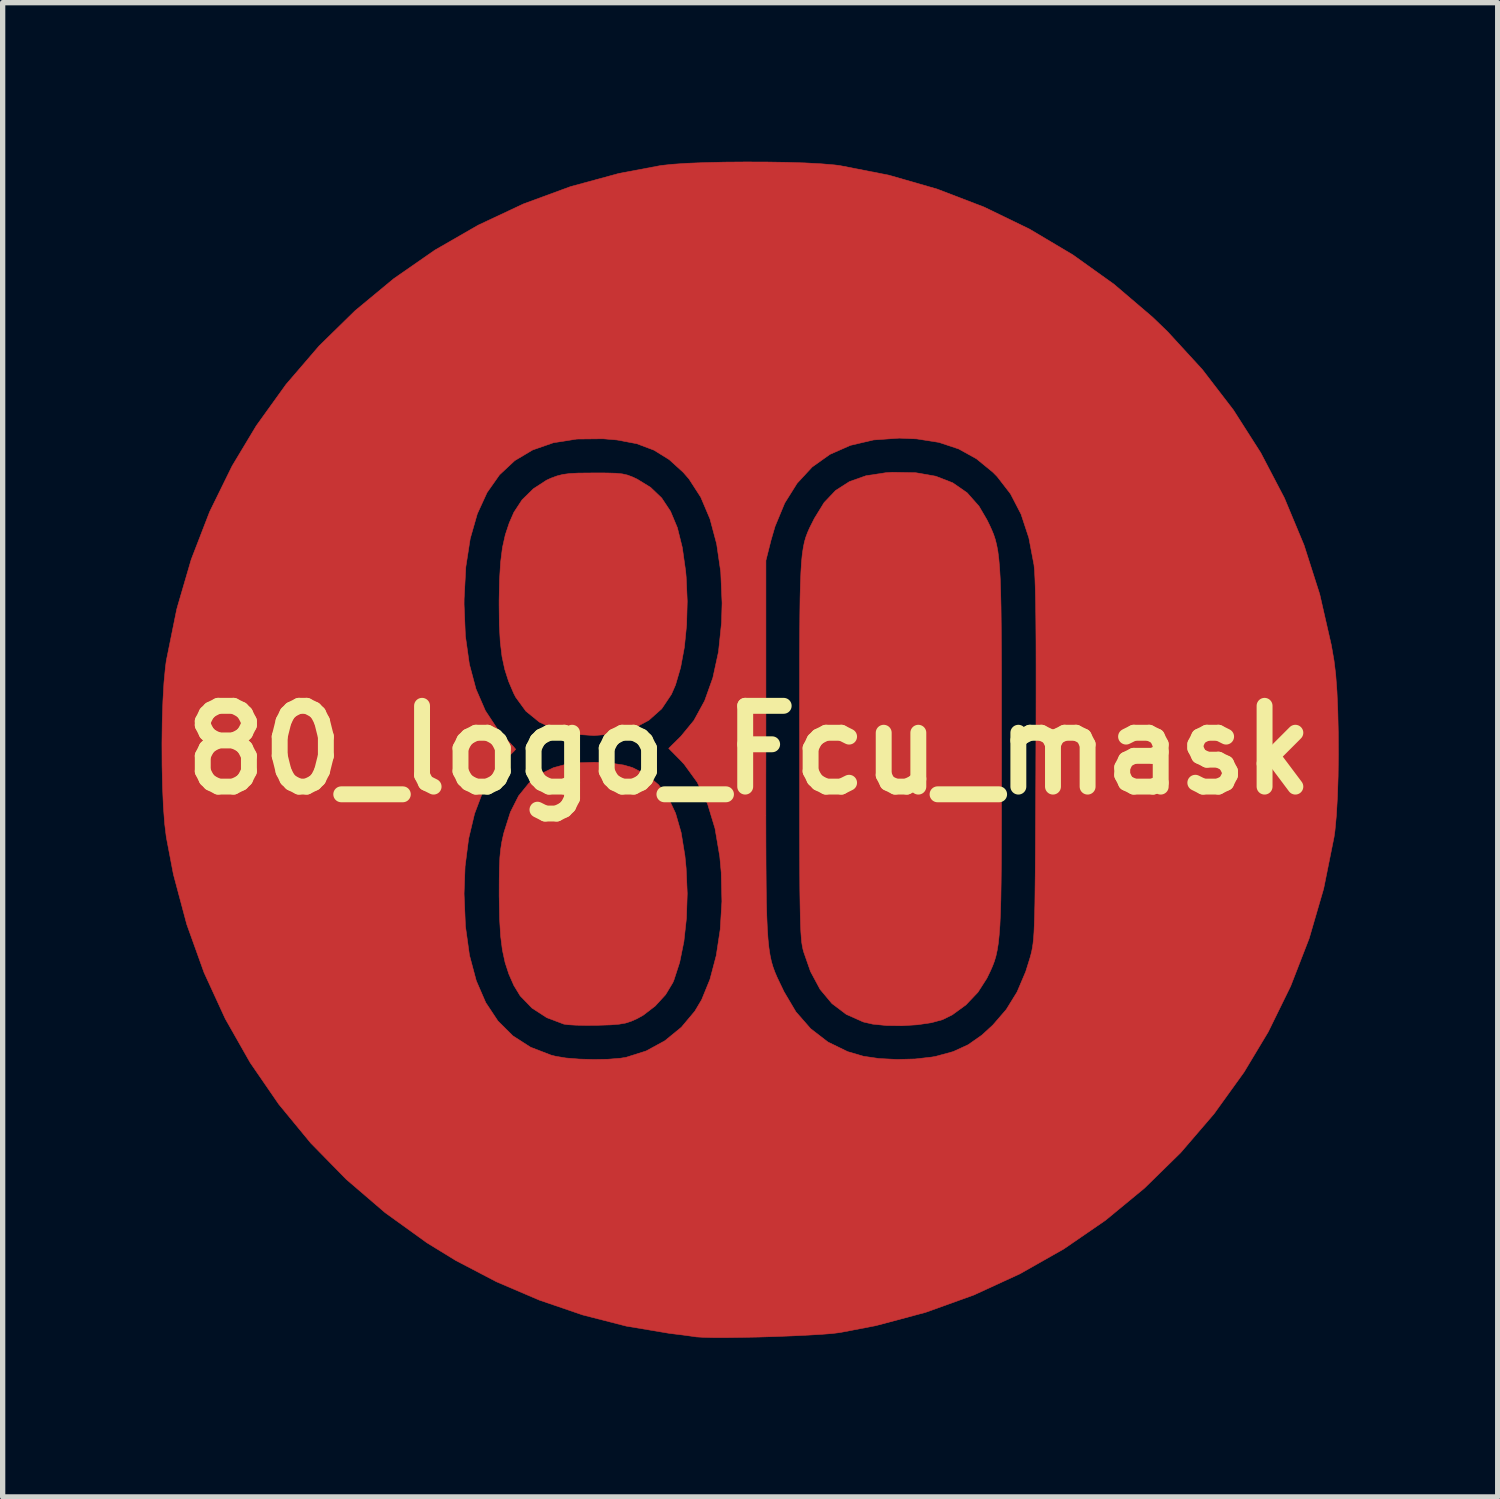
<source format=kicad_pcb>
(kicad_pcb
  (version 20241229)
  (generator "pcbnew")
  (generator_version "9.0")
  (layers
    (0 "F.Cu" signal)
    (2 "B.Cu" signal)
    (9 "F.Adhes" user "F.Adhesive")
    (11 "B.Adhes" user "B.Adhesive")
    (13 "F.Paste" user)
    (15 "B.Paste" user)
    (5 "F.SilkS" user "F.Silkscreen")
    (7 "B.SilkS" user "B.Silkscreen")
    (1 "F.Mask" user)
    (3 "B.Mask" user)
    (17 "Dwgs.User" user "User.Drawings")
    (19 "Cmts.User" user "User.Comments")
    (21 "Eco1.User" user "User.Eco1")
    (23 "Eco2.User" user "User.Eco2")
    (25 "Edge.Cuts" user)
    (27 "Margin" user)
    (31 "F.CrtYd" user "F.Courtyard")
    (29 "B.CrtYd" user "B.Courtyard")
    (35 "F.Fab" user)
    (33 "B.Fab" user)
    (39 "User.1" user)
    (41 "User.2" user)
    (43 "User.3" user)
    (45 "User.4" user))
  (footprint "80_logo_Fcu_mask"
    (layer "F.Cu")
    (at 11.08 11.099)
    (property "Reference" "80_logo_Fcu_mask" (at 0 0 0) (layer "F.SilkS") (effects (font (size 1.524 1.524) (thickness 0.3))))
    (attr through_hole)
    (fp_poly (pts (xy -2.686 -5.227) (xy -2.517 -5.222) (xy -2.393 -5.21) (xy -2.295 -5.188) (xy -2.204 -5.154) (xy -2.111 -5.111) (xy -1.857 -4.955) (xy -1.648 -4.755) (xy -1.481 -4.503) (xy -1.352 -4.194) (xy -1.259 -3.82) (xy -1.196 -3.374) (xy -1.186 -3.26) (xy -1.166 -2.808) (xy -1.178 -2.363) (xy -1.22 -1.94) (xy -1.291 -1.557) (xy -1.387 -1.229) (xy -1.464 -1.052) (xy -1.648 -0.778) (xy -1.892 -0.561) (xy -2.189 -0.403) (xy -2.535 -0.306) (xy -2.924 -0.274) (xy -3.293 -0.299) (xy -3.65 -0.382) (xy -3.957 -0.528) (xy -4.21 -0.734) (xy -4.402 -0.997) (xy -4.441 -1.073) (xy -4.536 -1.296) (xy -4.608 -1.521) (xy -4.66 -1.763) (xy -4.693 -2.038) (xy -4.711 -2.363) (xy -4.715 -2.753) (xy -4.715 -2.815) (xy -4.707 -3.212) (xy -4.687 -3.541) (xy -4.652 -3.819) (xy -4.598 -4.061) (xy -4.524 -4.284) (xy -4.436 -4.485) (xy -4.282 -4.72) (xy -4.068 -4.93) (xy -3.82 -5.091) (xy -3.735 -5.13) (xy -3.623 -5.171) (xy -3.514 -5.199) (xy -3.387 -5.216) (xy -3.222 -5.225) (xy -2.998 -5.227) (xy -2.921 -5.228) (xy -2.686 -5.227)) (stroke (width 0.01) (type solid)) (fill yes) (layer "F.Cu"))
    (fp_poly (pts (xy -2.626 0.244) (xy -2.367 0.282) (xy -2.198 0.331) (xy -1.93 0.468) (xy -1.707 0.654) (xy -1.527 0.893) (xy -1.386 1.192) (xy -1.281 1.557) (xy -1.21 1.993) (xy -1.187 2.229) (xy -1.166 2.704) (xy -1.181 3.17) (xy -1.229 3.61) (xy -1.309 4.006) (xy -1.418 4.341) (xy -1.437 4.386) (xy -1.574 4.614) (xy -1.77 4.828) (xy -1.998 5.003) (xy -2.111 5.066) (xy -2.224 5.116) (xy -2.33 5.15) (xy -2.451 5.171) (xy -2.61 5.184) (xy -2.829 5.191) (xy -2.857 5.192) (xy -3.069 5.194) (xy -3.261 5.19) (xy -3.411 5.181) (xy -3.493 5.17) (xy -3.816 5.048) (xy -4.095 4.867) (xy -4.317 4.637) (xy -4.437 4.44) (xy -4.531 4.226) (xy -4.602 4.008) (xy -4.653 3.772) (xy -4.687 3.502) (xy -4.706 3.18) (xy -4.713 2.792) (xy -4.714 2.752) (xy -4.713 2.449) (xy -4.709 2.213) (xy -4.701 2.028) (xy -4.686 1.874) (xy -4.664 1.734) (xy -4.633 1.592) (xy -4.622 1.55) (xy -4.502 1.171) (xy -4.347 0.864) (xy -4.151 0.622) (xy -3.908 0.438) (xy -3.689 0.332) (xy -3.475 0.274) (xy -3.208 0.24) (xy -2.916 0.23) (xy -2.626 0.244)) (stroke (width 0.01) (type solid)) (fill yes) (layer "F.Cu"))
    (fp_poly (pts (xy 3.143 -5.232) (xy 3.521 -5.166) (xy 3.843 -5.041) (xy 4.114 -4.853) (xy 4.337 -4.601) (xy 4.487 -4.345) (xy 4.535 -4.248) (xy 4.576 -4.158) (xy 4.613 -4.069) (xy 4.644 -3.976) (xy 4.67 -3.873) (xy 4.693 -3.753) (xy 4.711 -3.61) (xy 4.726 -3.439) (xy 4.738 -3.234) (xy 4.746 -2.988) (xy 4.753 -2.697) (xy 4.757 -2.353) (xy 4.76 -1.951) (xy 4.762 -1.485) (xy 4.762 -0.95) (xy 4.762 -0.338) (xy 4.763 -0.021) (xy 4.762 0.628) (xy 4.762 1.199) (xy 4.761 1.697) (xy 4.759 2.129) (xy 4.755 2.499) (xy 4.75 2.815) (xy 4.742 3.081) (xy 4.732 3.305) (xy 4.718 3.491) (xy 4.702 3.646) (xy 4.681 3.776) (xy 4.657 3.887) (xy 4.628 3.984) (xy 4.594 4.074) (xy 4.555 4.163) (xy 4.51 4.256) (xy 4.487 4.304) (xy 4.318 4.568) (xy 4.093 4.805) (xy 3.835 4.994) (xy 3.651 5.085) (xy 3.44 5.143) (xy 3.174 5.182) (xy 2.883 5.2) (xy 2.593 5.196) (xy 2.333 5.17) (xy 2.155 5.129) (xy 1.834 4.986) (xy 1.564 4.782) (xy 1.34 4.514) (xy 1.159 4.177) (xy 1.03 3.807) (xy 1.016 3.754) (xy 1.004 3.695) (xy 0.993 3.625) (xy 0.985 3.537) (xy 0.977 3.426) (xy 0.971 3.286) (xy 0.966 3.112) (xy 0.962 2.897) (xy 0.958 2.636) (xy 0.956 2.323) (xy 0.954 1.952) (xy 0.953 1.518) (xy 0.953 1.015) (xy 0.953 0.437) (xy 0.953 -0.021) (xy 0.952 -0.673) (xy 0.953 -1.245) (xy 0.953 -1.745) (xy 0.955 -2.178) (xy 0.958 -2.549) (xy 0.962 -2.865) (xy 0.969 -3.132) (xy 0.978 -3.355) (xy 0.989 -3.54) (xy 1.004 -3.693) (xy 1.023 -3.82) (xy 1.045 -3.928) (xy 1.072 -4.02) (xy 1.104 -4.105) (xy 1.14 -4.187) (xy 1.183 -4.272) (xy 1.23 -4.366) (xy 1.234 -4.373) (xy 1.416 -4.669) (xy 1.634 -4.898) (xy 1.895 -5.065) (xy 2.207 -5.175) (xy 2.581 -5.232) (xy 2.706 -5.24) (xy 3.143 -5.232)) (stroke (width 0.01) (type solid)) (fill yes) (layer "F.Cu"))
    (fp_poly (pts (xy 0.322 -11.093) (xy 0.703 -11.087) (xy 1.056 -11.076) (xy 1.365 -11.059) (xy 1.613 -11.038) (xy 1.704 -11.027) (xy 2.636 -10.845) (xy 3.547 -10.583) (xy 4.434 -10.243) (xy 5.29 -9.828) (xy 6.108 -9.342) (xy 6.884 -8.787) (xy 7.612 -8.166) (xy 7.894 -7.894) (xy 8.55 -7.179) (xy 9.137 -6.415) (xy 9.653 -5.607) (xy 10.098 -4.756) (xy 10.469 -3.866) (xy 10.765 -2.939) (xy 10.984 -1.979) (xy 11.035 -1.685) (xy 11.066 -1.429) (xy 11.09 -1.107) (xy 11.106 -0.736) (xy 11.115 -0.334) (xy 11.117 0.082) (xy 11.112 0.493) (xy 11.099 0.882) (xy 11.079 1.231) (xy 11.052 1.523) (xy 11.035 1.642) (xy 10.839 2.615) (xy 10.566 3.553) (xy 10.217 4.453) (xy 9.794 5.316) (xy 9.338 6.075) (xy 8.769 6.865) (xy 8.141 7.596) (xy 7.458 8.265) (xy 6.723 8.871) (xy 5.939 9.41) (xy 5.11 9.88) (xy 4.24 10.28) (xy 3.331 10.607) (xy 2.387 10.859) (xy 1.714 10.988) (xy 1.57 11.006) (xy 1.362 11.022) (xy 1.105 11.037) (xy 0.812 11.051) (xy 0.5 11.063) (xy 0.181 11.073) (xy -0.13 11.079) (xy -0.417 11.083) (xy -0.667 11.083) (xy -0.865 11.078) (xy -0.996 11.07) (xy -1.016 11.067) (xy -1.105 11.054) (xy -1.252 11.034) (xy -1.431 11.012) (xy -1.503 11.003) (xy -2.314 10.867) (xy -3.138 10.656) (xy -3.959 10.375) (xy -4.763 10.031) (xy -5.534 9.628) (xy -6.075 9.296) (xy -6.866 8.726) (xy -7.598 8.098) (xy -8.267 7.415) (xy -8.872 6.68) (xy -9.411 5.896) (xy -9.881 5.068) (xy -10.281 4.197) (xy -10.607 3.288) (xy -10.859 2.344) (xy -10.993 1.642) (xy -11.024 1.387) (xy -11.048 1.065) (xy -11.064 0.694) (xy -11.073 0.291) (xy -11.075 -0.124) (xy -11.07 -0.535) (xy -11.057 -0.924) (xy -11.037 -1.273) (xy -11.009 -1.565) (xy -10.993 -1.685) (xy -10.796 -2.657) (xy -10.769 -2.752) (xy -5.376 -2.752) (xy -5.351 -2.153) (xy -5.276 -1.62) (xy -5.151 -1.151) (xy -4.974 -0.743) (xy -4.744 -0.394) (xy -4.61 -0.241) (xy -4.508 -0.133) (xy -4.434 -0.053) (xy -4.403 -0.015) (xy -4.403 -0.014) (xy -4.431 0.019) (xy -4.505 0.091) (xy -4.583 0.165) (xy -4.823 0.442) (xy -5.022 0.788) (xy -5.178 1.2) (xy -5.29 1.671) (xy -5.357 2.196) (xy -5.376 2.709) (xy -5.35 3.324) (xy -5.274 3.871) (xy -5.146 4.351) (xy -4.967 4.764) (xy -4.737 5.111) (xy -4.455 5.391) (xy -4.122 5.605) (xy -3.736 5.754) (xy -3.65 5.776) (xy -3.453 5.809) (xy -3.203 5.829) (xy -2.928 5.837) (xy -2.659 5.832) (xy -2.426 5.813) (xy -2.32 5.796) (xy -1.941 5.676) (xy -1.589 5.484) (xy -1.278 5.23) (xy -1.023 4.926) (xy -0.894 4.709) (xy -0.737 4.324) (xy -0.619 3.877) (xy -0.544 3.383) (xy -0.512 2.856) (xy -0.525 2.309) (xy -0.552 2.011) (xy -0.642 1.48) (xy -0.784 1.011) (xy -0.955 0.655) (xy 0.317 0.655) (xy 0.317 1.232) (xy 0.318 1.736) (xy 0.32 2.173) (xy 0.323 2.549) (xy 0.327 2.871) (xy 0.335 3.144) (xy 0.345 3.374) (xy 0.358 3.567) (xy 0.375 3.73) (xy 0.396 3.867) (xy 0.421 3.986) (xy 0.452 4.092) (xy 0.488 4.19) (xy 0.53 4.288) (xy 0.579 4.391) (xy 0.634 4.505) (xy 0.658 4.556) (xy 0.884 4.938) (xy 1.162 5.256) (xy 1.489 5.508) (xy 1.861 5.689) (xy 2.159 5.776) (xy 2.453 5.819) (xy 2.79 5.836) (xy 3.134 5.827) (xy 3.448 5.791) (xy 3.521 5.778) (xy 3.851 5.688) (xy 4.132 5.559) (xy 4.392 5.377) (xy 4.597 5.189) (xy 4.852 4.894) (xy 5.056 4.563) (xy 5.219 4.179) (xy 5.301 3.916) (xy 5.318 3.853) (xy 5.333 3.791) (xy 5.346 3.724) (xy 5.357 3.647) (xy 5.367 3.553) (xy 5.375 3.436) (xy 5.381 3.29) (xy 5.387 3.109) (xy 5.392 2.887) (xy 5.395 2.618) (xy 5.399 2.295) (xy 5.402 1.914) (xy 5.404 1.467) (xy 5.407 0.949) (xy 5.41 0.353) (xy 5.41 0.233) (xy 5.413 -0.455) (xy 5.414 -1.063) (xy 5.414 -1.594) (xy 5.413 -2.052) (xy 5.41 -2.441) (xy 5.406 -2.766) (xy 5.4 -3.029) (xy 5.393 -3.236) (xy 5.385 -3.39) (xy 5.375 -3.493) (xy 5.278 -4.003) (xy 5.131 -4.449) (xy 4.932 -4.833) (xy 4.68 -5.159) (xy 4.599 -5.241) (xy 4.29 -5.494) (xy 3.955 -5.68) (xy 3.582 -5.804) (xy 3.162 -5.87) (xy 2.833 -5.884) (xy 2.347 -5.85) (xy 1.912 -5.748) (xy 1.526 -5.578) (xy 1.191 -5.34) (xy 0.907 -5.033) (xy 0.673 -4.66) (xy 0.49 -4.218) (xy 0.414 -3.958) (xy 0.318 -3.577) (xy 0.318 0) (xy 0.317 0.655) (xy -0.955 0.655) (xy -0.978 0.607) (xy -1.224 0.268) (xy -1.293 0.194) (xy -1.516 -0.032) (xy -1.288 -0.257) (xy -1.04 -0.559) (xy -0.838 -0.929) (xy -0.683 -1.363) (xy -0.576 -1.856) (xy -0.519 -2.405) (xy -0.509 -2.773) (xy -0.534 -3.358) (xy -0.611 -3.888) (xy -0.737 -4.36) (xy -0.911 -4.77) (xy -1.133 -5.114) (xy -1.242 -5.239) (xy -1.506 -5.479) (xy -1.793 -5.657) (xy -2.117 -5.779) (xy -2.492 -5.85) (xy -2.752 -5.872) (xy -3.248 -5.867) (xy -3.691 -5.797) (xy -4.082 -5.661) (xy -4.42 -5.46) (xy -4.707 -5.192) (xy -4.942 -4.858) (xy -5.126 -4.457) (xy -5.26 -3.989) (xy -5.343 -3.454) (xy -5.375 -2.85) (xy -5.376 -2.752) (xy -10.769 -2.752) (xy -10.523 -3.595) (xy -10.175 -4.496) (xy -9.752 -5.358) (xy -9.296 -6.117) (xy -8.734 -6.898) (xy -8.111 -7.623) (xy -7.432 -8.288) (xy -6.703 -8.892) (xy -5.927 -9.431) (xy -5.109 -9.902) (xy -4.255 -10.303) (xy -3.368 -10.629) (xy -2.453 -10.878) (xy -1.662 -11.027) (xy -1.448 -11.05) (xy -1.167 -11.069) (xy -0.833 -11.082) (xy -0.462 -11.091) (xy -0.072 -11.094) (xy 0.322 -11.093)) (stroke (width 0.01) (type solid)) (fill yes) (layer "F.Cu"))
    (fp_poly (pts (xy -2.686 -5.227) (xy -2.517 -5.222) (xy -2.393 -5.21) (xy -2.295 -5.188) (xy -2.204 -5.154) (xy -2.111 -5.111) (xy -1.857 -4.955) (xy -1.648 -4.755) (xy -1.481 -4.503) (xy -1.352 -4.194) (xy -1.259 -3.82) (xy -1.196 -3.374) (xy -1.186 -3.26) (xy -1.166 -2.808) (xy -1.178 -2.363) (xy -1.22 -1.94) (xy -1.291 -1.557) (xy -1.387 -1.229) (xy -1.464 -1.052) (xy -1.648 -0.778) (xy -1.892 -0.561) (xy -2.189 -0.403) (xy -2.535 -0.306) (xy -2.924 -0.274) (xy -3.293 -0.299) (xy -3.65 -0.382) (xy -3.957 -0.528) (xy -4.21 -0.734) (xy -4.402 -0.997) (xy -4.441 -1.073) (xy -4.536 -1.296) (xy -4.608 -1.521) (xy -4.66 -1.763) (xy -4.693 -2.038) (xy -4.711 -2.363) (xy -4.715 -2.753) (xy -4.715 -2.815) (xy -4.707 -3.212) (xy -4.687 -3.541) (xy -4.652 -3.819) (xy -4.598 -4.061) (xy -4.524 -4.284) (xy -4.436 -4.485) (xy -4.282 -4.72) (xy -4.068 -4.93) (xy -3.82 -5.091) (xy -3.735 -5.13) (xy -3.623 -5.171) (xy -3.514 -5.199) (xy -3.387 -5.216) (xy -3.222 -5.225) (xy -2.998 -5.227) (xy -2.921 -5.228) (xy -2.686 -5.227)) (stroke (width 0.01) (type solid)) (fill yes) (layer "F.Mask"))
    (fp_poly (pts (xy -2.626 0.244) (xy -2.367 0.282) (xy -2.198 0.331) (xy -1.93 0.468) (xy -1.707 0.654) (xy -1.527 0.893) (xy -1.386 1.192) (xy -1.281 1.557) (xy -1.21 1.993) (xy -1.187 2.229) (xy -1.166 2.704) (xy -1.181 3.17) (xy -1.229 3.61) (xy -1.309 4.006) (xy -1.418 4.341) (xy -1.437 4.386) (xy -1.574 4.614) (xy -1.77 4.828) (xy -1.998 5.003) (xy -2.111 5.066) (xy -2.224 5.116) (xy -2.33 5.15) (xy -2.451 5.171) (xy -2.61 5.184) (xy -2.829 5.191) (xy -2.857 5.192) (xy -3.069 5.194) (xy -3.261 5.19) (xy -3.411 5.181) (xy -3.493 5.17) (xy -3.816 5.048) (xy -4.095 4.867) (xy -4.317 4.637) (xy -4.437 4.44) (xy -4.531 4.226) (xy -4.602 4.008) (xy -4.653 3.772) (xy -4.687 3.502) (xy -4.706 3.18) (xy -4.713 2.792) (xy -4.714 2.752) (xy -4.713 2.449) (xy -4.709 2.213) (xy -4.701 2.028) (xy -4.686 1.874) (xy -4.664 1.734) (xy -4.633 1.592) (xy -4.622 1.55) (xy -4.502 1.171) (xy -4.347 0.864) (xy -4.151 0.622) (xy -3.908 0.438) (xy -3.689 0.332) (xy -3.475 0.274) (xy -3.208 0.24) (xy -2.916 0.23) (xy -2.626 0.244)) (stroke (width 0.01) (type solid)) (fill yes) (layer "F.Mask"))
    (fp_poly (pts (xy 3.143 -5.232) (xy 3.521 -5.166) (xy 3.843 -5.041) (xy 4.114 -4.853) (xy 4.337 -4.601) (xy 4.487 -4.345) (xy 4.535 -4.248) (xy 4.576 -4.158) (xy 4.613 -4.069) (xy 4.644 -3.976) (xy 4.67 -3.873) (xy 4.693 -3.753) (xy 4.711 -3.61) (xy 4.726 -3.439) (xy 4.738 -3.234) (xy 4.746 -2.988) (xy 4.753 -2.697) (xy 4.757 -2.353) (xy 4.76 -1.951) (xy 4.762 -1.485) (xy 4.762 -0.95) (xy 4.762 -0.338) (xy 4.763 -0.021) (xy 4.762 0.628) (xy 4.762 1.199) (xy 4.761 1.697) (xy 4.759 2.129) (xy 4.755 2.499) (xy 4.75 2.815) (xy 4.742 3.081) (xy 4.732 3.305) (xy 4.718 3.491) (xy 4.702 3.646) (xy 4.681 3.776) (xy 4.657 3.887) (xy 4.628 3.984) (xy 4.594 4.074) (xy 4.555 4.163) (xy 4.51 4.256) (xy 4.487 4.304) (xy 4.318 4.568) (xy 4.093 4.805) (xy 3.835 4.994) (xy 3.651 5.085) (xy 3.44 5.143) (xy 3.174 5.182) (xy 2.883 5.2) (xy 2.593 5.196) (xy 2.333 5.17) (xy 2.155 5.129) (xy 1.834 4.986) (xy 1.564 4.782) (xy 1.34 4.514) (xy 1.159 4.177) (xy 1.03 3.807) (xy 1.016 3.754) (xy 1.004 3.695) (xy 0.993 3.625) (xy 0.985 3.537) (xy 0.977 3.426) (xy 0.971 3.286) (xy 0.966 3.112) (xy 0.962 2.897) (xy 0.958 2.636) (xy 0.956 2.323) (xy 0.954 1.952) (xy 0.953 1.518) (xy 0.953 1.015) (xy 0.953 0.437) (xy 0.953 -0.021) (xy 0.952 -0.673) (xy 0.953 -1.245) (xy 0.953 -1.745) (xy 0.955 -2.178) (xy 0.958 -2.549) (xy 0.962 -2.865) (xy 0.969 -3.132) (xy 0.978 -3.355) (xy 0.989 -3.54) (xy 1.004 -3.693) (xy 1.023 -3.82) (xy 1.045 -3.928) (xy 1.072 -4.02) (xy 1.104 -4.105) (xy 1.14 -4.187) (xy 1.183 -4.272) (xy 1.23 -4.366) (xy 1.234 -4.373) (xy 1.416 -4.669) (xy 1.634 -4.898) (xy 1.895 -5.065) (xy 2.207 -5.175) (xy 2.581 -5.232) (xy 2.706 -5.24) (xy 3.143 -5.232)) (stroke (width 0.01) (type solid)) (fill yes) (layer "F.Mask"))
    (fp_poly (pts (xy 0.322 -11.093) (xy 0.703 -11.087) (xy 1.056 -11.076) (xy 1.365 -11.059) (xy 1.613 -11.038) (xy 1.704 -11.027) (xy 2.636 -10.845) (xy 3.547 -10.583) (xy 4.434 -10.243) (xy 5.29 -9.828) (xy 6.108 -9.342) (xy 6.884 -8.787) (xy 7.612 -8.166) (xy 7.894 -7.894) (xy 8.55 -7.179) (xy 9.137 -6.415) (xy 9.653 -5.607) (xy 10.098 -4.756) (xy 10.469 -3.866) (xy 10.765 -2.939) (xy 10.984 -1.979) (xy 11.035 -1.685) (xy 11.066 -1.429) (xy 11.09 -1.107) (xy 11.106 -0.736) (xy 11.115 -0.334) (xy 11.117 0.082) (xy 11.112 0.493) (xy 11.099 0.882) (xy 11.079 1.231) (xy 11.052 1.523) (xy 11.035 1.642) (xy 10.839 2.615) (xy 10.566 3.553) (xy 10.217 4.453) (xy 9.794 5.316) (xy 9.338 6.075) (xy 8.769 6.865) (xy 8.141 7.596) (xy 7.458 8.265) (xy 6.723 8.871) (xy 5.939 9.41) (xy 5.11 9.88) (xy 4.24 10.28) (xy 3.331 10.607) (xy 2.387 10.859) (xy 1.714 10.988) (xy 1.57 11.006) (xy 1.362 11.022) (xy 1.105 11.037) (xy 0.812 11.051) (xy 0.5 11.063) (xy 0.181 11.073) (xy -0.13 11.079) (xy -0.417 11.083) (xy -0.667 11.083) (xy -0.865 11.078) (xy -0.996 11.07) (xy -1.016 11.067) (xy -1.105 11.054) (xy -1.252 11.034) (xy -1.431 11.012) (xy -1.503 11.003) (xy -2.314 10.867) (xy -3.138 10.656) (xy -3.959 10.375) (xy -4.763 10.031) (xy -5.534 9.628) (xy -6.075 9.296) (xy -6.866 8.726) (xy -7.598 8.098) (xy -8.267 7.415) (xy -8.872 6.68) (xy -9.411 5.896) (xy -9.881 5.068) (xy -10.281 4.197) (xy -10.607 3.288) (xy -10.859 2.344) (xy -10.993 1.642) (xy -11.024 1.387) (xy -11.048 1.065) (xy -11.064 0.694) (xy -11.073 0.291) (xy -11.075 -0.124) (xy -11.07 -0.535) (xy -11.057 -0.924) (xy -11.037 -1.273) (xy -11.009 -1.565) (xy -10.993 -1.685) (xy -10.796 -2.657) (xy -10.769 -2.752) (xy -5.376 -2.752) (xy -5.351 -2.153) (xy -5.276 -1.62) (xy -5.151 -1.151) (xy -4.974 -0.743) (xy -4.744 -0.394) (xy -4.61 -0.241) (xy -4.508 -0.133) (xy -4.434 -0.053) (xy -4.403 -0.015) (xy -4.403 -0.014) (xy -4.431 0.019) (xy -4.505 0.091) (xy -4.583 0.165) (xy -4.823 0.442) (xy -5.022 0.788) (xy -5.178 1.2) (xy -5.29 1.671) (xy -5.357 2.196) (xy -5.376 2.709) (xy -5.35 3.324) (xy -5.274 3.871) (xy -5.146 4.351) (xy -4.967 4.764) (xy -4.737 5.111) (xy -4.455 5.391) (xy -4.122 5.605) (xy -3.736 5.754) (xy -3.65 5.776) (xy -3.453 5.809) (xy -3.203 5.829) (xy -2.928 5.837) (xy -2.659 5.832) (xy -2.426 5.813) (xy -2.32 5.796) (xy -1.941 5.676) (xy -1.589 5.484) (xy -1.278 5.23) (xy -1.023 4.926) (xy -0.894 4.709) (xy -0.737 4.324) (xy -0.619 3.877) (xy -0.544 3.383) (xy -0.512 2.856) (xy -0.525 2.309) (xy -0.552 2.011) (xy -0.642 1.48) (xy -0.784 1.011) (xy -0.955 0.655) (xy 0.317 0.655) (xy 0.317 1.232) (xy 0.318 1.736) (xy 0.32 2.173) (xy 0.323 2.549) (xy 0.327 2.871) (xy 0.335 3.144) (xy 0.345 3.374) (xy 0.358 3.567) (xy 0.375 3.73) (xy 0.396 3.867) (xy 0.421 3.986) (xy 0.452 4.092) (xy 0.488 4.19) (xy 0.53 4.288) (xy 0.579 4.391) (xy 0.634 4.505) (xy 0.658 4.556) (xy 0.884 4.938) (xy 1.162 5.256) (xy 1.489 5.508) (xy 1.861 5.689) (xy 2.159 5.776) (xy 2.453 5.819) (xy 2.79 5.836) (xy 3.134 5.827) (xy 3.448 5.791) (xy 3.521 5.778) (xy 3.851 5.688) (xy 4.132 5.559) (xy 4.392 5.377) (xy 4.597 5.189) (xy 4.852 4.894) (xy 5.056 4.563) (xy 5.219 4.179) (xy 5.301 3.916) (xy 5.318 3.853) (xy 5.333 3.791) (xy 5.346 3.724) (xy 5.357 3.647) (xy 5.367 3.553) (xy 5.375 3.436) (xy 5.381 3.29) (xy 5.387 3.109) (xy 5.392 2.887) (xy 5.395 2.618) (xy 5.399 2.295) (xy 5.402 1.914) (xy 5.404 1.467) (xy 5.407 0.949) (xy 5.41 0.353) (xy 5.41 0.233) (xy 5.413 -0.455) (xy 5.414 -1.063) (xy 5.414 -1.594) (xy 5.413 -2.052) (xy 5.41 -2.441) (xy 5.406 -2.766) (xy 5.4 -3.029) (xy 5.393 -3.236) (xy 5.385 -3.39) (xy 5.375 -3.493) (xy 5.278 -4.003) (xy 5.131 -4.449) (xy 4.932 -4.833) (xy 4.68 -5.159) (xy 4.599 -5.241) (xy 4.29 -5.494) (xy 3.955 -5.68) (xy 3.582 -5.804) (xy 3.162 -5.87) (xy 2.833 -5.884) (xy 2.347 -5.85) (xy 1.912 -5.748) (xy 1.526 -5.578) (xy 1.191 -5.34) (xy 0.907 -5.033) (xy 0.673 -4.66) (xy 0.49 -4.218) (xy 0.414 -3.958) (xy 0.318 -3.577) (xy 0.318 0) (xy 0.317 0.655) (xy -0.955 0.655) (xy -0.978 0.607) (xy -1.224 0.268) (xy -1.293 0.194) (xy -1.516 -0.032) (xy -1.288 -0.257) (xy -1.04 -0.559) (xy -0.838 -0.929) (xy -0.683 -1.363) (xy -0.576 -1.856) (xy -0.519 -2.405) (xy -0.509 -2.773) (xy -0.534 -3.358) (xy -0.611 -3.888) (xy -0.737 -4.36) (xy -0.911 -4.77) (xy -1.133 -5.114) (xy -1.242 -5.239) (xy -1.506 -5.479) (xy -1.793 -5.657) (xy -2.117 -5.779) (xy -2.492 -5.85) (xy -2.752 -5.872) (xy -3.248 -5.867) (xy -3.691 -5.797) (xy -4.082 -5.661) (xy -4.42 -5.46) (xy -4.707 -5.192) (xy -4.942 -4.858) (xy -5.126 -4.457) (xy -5.26 -3.989) (xy -5.343 -3.454) (xy -5.375 -2.85) (xy -5.376 -2.752) (xy -10.769 -2.752) (xy -10.523 -3.595) (xy -10.175 -4.496) (xy -9.752 -5.358) (xy -9.296 -6.117) (xy -8.734 -6.898) (xy -8.111 -7.623) (xy -7.432 -8.288) (xy -6.703 -8.892) (xy -5.927 -9.431) (xy -5.109 -9.902) (xy -4.255 -10.303) (xy -3.368 -10.629) (xy -2.453 -10.878) (xy -1.662 -11.027) (xy -1.448 -11.05) (xy -1.167 -11.069) (xy -0.833 -11.082) (xy -0.462 -11.091) (xy -0.072 -11.094) (xy 0.322 -11.093)) (stroke (width 0.01) (type solid)) (fill yes) (layer "F.Mask")))
  (gr_rect
    (start -3 -3)
    (end 25.202 25.187)
    (stroke (width 0.1) (type default))
    (fill no)
    (layer "Edge.Cuts")))
</source>
